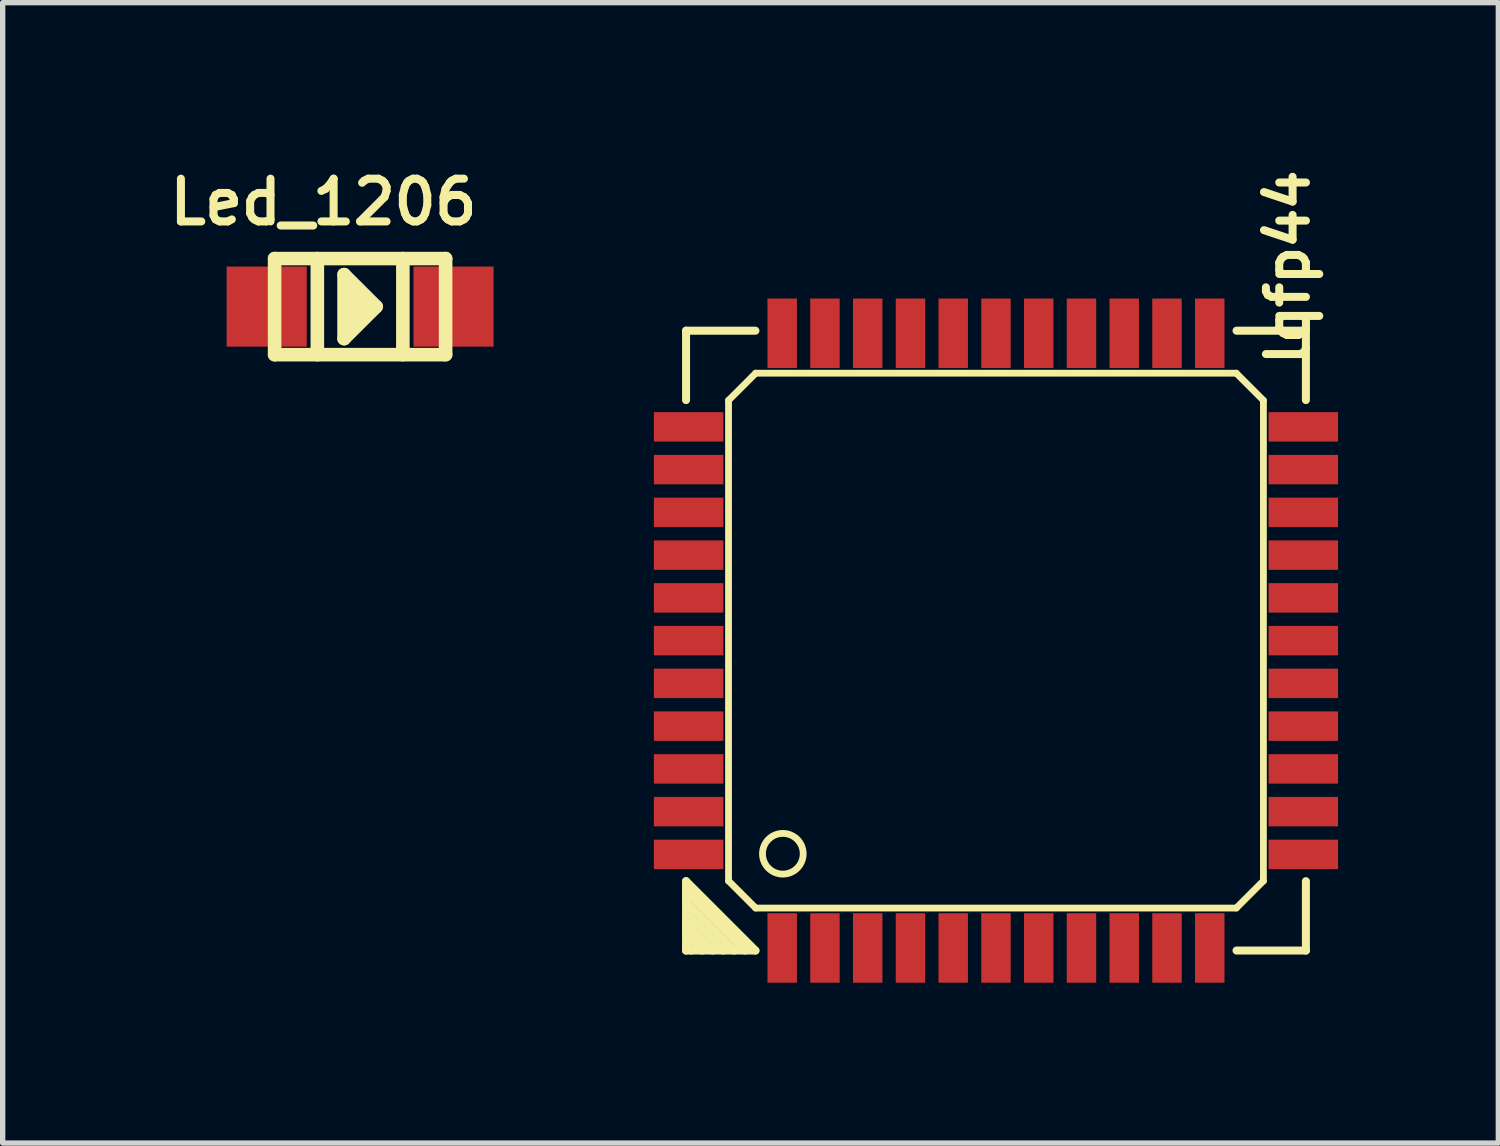
<source format=kicad_pcb>
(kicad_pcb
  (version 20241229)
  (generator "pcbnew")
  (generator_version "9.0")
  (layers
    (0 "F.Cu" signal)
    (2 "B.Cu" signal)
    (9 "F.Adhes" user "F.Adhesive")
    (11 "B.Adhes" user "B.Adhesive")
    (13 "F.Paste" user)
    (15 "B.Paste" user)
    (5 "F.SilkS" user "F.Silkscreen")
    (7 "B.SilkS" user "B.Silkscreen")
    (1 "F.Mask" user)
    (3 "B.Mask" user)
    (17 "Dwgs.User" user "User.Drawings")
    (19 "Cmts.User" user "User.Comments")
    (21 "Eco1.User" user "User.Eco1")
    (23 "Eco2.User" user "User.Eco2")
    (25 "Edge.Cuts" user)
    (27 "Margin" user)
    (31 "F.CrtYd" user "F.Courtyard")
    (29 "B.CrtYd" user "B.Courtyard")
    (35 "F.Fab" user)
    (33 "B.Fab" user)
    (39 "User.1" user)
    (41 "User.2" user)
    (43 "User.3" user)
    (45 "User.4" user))
  (footprint "Led_1206"
    (layer "F.Cu")
    (at 3.688 2.687)
    (property "Reference" "Led_1206" (at -0.686 -1.956 0) (layer "F.SilkS") (effects (font (size 0.8 0.8) (thickness 0.15))))
    (attr smd)
    (fp_line (start -1.6 -0.899) (end 1.6 -0.899) (stroke (width 0.254) (type solid)) (layer "F.SilkS"))
    (fp_line (start -1.6 0.899) (end -1.6 -0.899) (stroke (width 0.254) (type solid)) (layer "F.SilkS"))
    (fp_line (start -0.8 -0.899) (end -0.8 0.899) (stroke (width 0.254) (type solid)) (layer "F.SilkS"))
    (fp_line (start -0.3 -0.599) (end -0.3 0.599) (stroke (width 0.254) (type solid)) (layer "F.SilkS"))
    (fp_line (start -0.3 0.599) (end 0.3 0) (stroke (width 0.254) (type solid)) (layer "F.SilkS"))
    (fp_line (start -0.099 0.3) (end -0.099 -0.3) (stroke (width 0.254) (type solid)) (layer "F.SilkS"))
    (fp_line (start 0 -0.201) (end 0 0.099) (stroke (width 0.254) (type solid)) (layer "F.SilkS"))
    (fp_line (start 0.3 0) (end -0.3 -0.599) (stroke (width 0.254) (type solid)) (layer "F.SilkS"))
    (fp_line (start 0.8 0.899) (end 0.8 -0.899) (stroke (width 0.254) (type solid)) (layer "F.SilkS"))
    (fp_line (start 1.6 -0.899) (end 1.6 0.899) (stroke (width 0.254) (type solid)) (layer "F.SilkS"))
    (fp_line (start 1.6 0.899) (end -1.6 0.899) (stroke (width 0.254) (type solid)) (layer "F.SilkS"))
    (pad "1" smd rect (at -1.748 0) (size 1.499 1.499) (layers "F.Cu" "F.Mask" "F.Paste"))
    (pad "2" smd rect (at 1.748 0) (size 1.499 1.499) (layers "F.Cu" "F.Mask" "F.Paste")))
  (footprint "lqfp44"
    (layer "F.Cu")
    (at 15.586 8.937)
    (property "Reference" "lqfp44" (at 5.461 -6.985 90) (layer "F.SilkS") (effects (font (size 0.749 0.749) (thickness 0.15))))
    (attr smd)
    (fp_line (start -5.799 -5.799) (end -4.501 -5.799) (stroke (width 0.15) (type solid)) (layer "F.SilkS"))
    (fp_line (start -5.799 -4.501) (end -5.799 -5.799) (stroke (width 0.15) (type solid)) (layer "F.SilkS"))
    (fp_line (start -5.799 4.501) (end -4.501 5.799) (stroke (width 0.15) (type solid)) (layer "F.SilkS"))
    (fp_line (start -5.799 4.9) (end -4.9 5.799) (stroke (width 0.15) (type solid)) (layer "F.SilkS"))
    (fp_line (start -5.799 5.301) (end -5.301 5.799) (stroke (width 0.15) (type solid)) (layer "F.SilkS"))
    (fp_line (start -5.799 5.7) (end -5.7 5.799) (stroke (width 0.15) (type solid)) (layer "F.SilkS"))
    (fp_line (start -5.799 5.799) (end -5.799 4.501) (stroke (width 0.15) (type solid)) (layer "F.SilkS"))
    (fp_line (start -5.499 5.799) (end -5.799 5.499) (stroke (width 0.15) (type solid)) (layer "F.SilkS"))
    (fp_line (start -5.1 5.799) (end -5.799 5.1) (stroke (width 0.15) (type solid)) (layer "F.SilkS"))
    (fp_line (start -5.004 -4.496) (end -4.496 -5.004) (stroke (width 0.127) (type solid)) (layer "F.SilkS"))
    (fp_line (start -5.004 4.496) (end -5.004 -4.496) (stroke (width 0.127) (type solid)) (layer "F.SilkS"))
    (fp_line (start -4.699 5.799) (end -5.799 4.699) (stroke (width 0.15) (type solid)) (layer "F.SilkS"))
    (fp_line (start -4.501 5.799) (end -5.799 5.799) (stroke (width 0.15) (type solid)) (layer "F.SilkS"))
    (fp_line (start -4.496 -5.004) (end 4.496 -5.004) (stroke (width 0.127) (type solid)) (layer "F.SilkS"))
    (fp_line (start -4.496 5.004) (end -5.004 4.496) (stroke (width 0.127) (type solid)) (layer "F.SilkS"))
    (fp_line (start 4.496 -5.004) (end 5.004 -4.496) (stroke (width 0.127) (type solid)) (layer "F.SilkS"))
    (fp_line (start 4.496 5.004) (end -4.496 5.004) (stroke (width 0.127) (type solid)) (layer "F.SilkS"))
    (fp_line (start 4.501 -5.799) (end 5.799 -5.799) (stroke (width 0.15) (type solid)) (layer "F.SilkS"))
    (fp_line (start 5.004 4.496) (end 4.496 5.004) (stroke (width 0.127) (type solid)) (layer "F.SilkS"))
    (fp_line (start 5.004 4.496) (end 5.004 -4.496) (stroke (width 0.127) (type solid)) (layer "F.SilkS"))
    (fp_line (start 5.799 -5.799) (end 5.799 -4.501) (stroke (width 0.15) (type solid)) (layer "F.SilkS"))
    (fp_line (start 5.799 4.501) (end 5.799 5.799) (stroke (width 0.15) (type solid)) (layer "F.SilkS"))
    (fp_line (start 5.799 5.799) (end 4.501 5.799) (stroke (width 0.15) (type solid)) (layer "F.SilkS"))
    (fp_circle (center -3.988 3.988) (end -4.216 4.293) (stroke (width 0.127) (type solid)) (fill no) (layer "F.SilkS"))
    (pad "1" smd rect (at -4 5.751) (size 0.551 1.3) (layers "F.Cu" "F.Mask" "F.Paste"))
    (pad "2" smd rect (at -3.2 5.751) (size 0.551 1.3) (layers "F.Cu" "F.Mask" "F.Paste"))
    (pad "3" smd rect (at -2.4 5.751) (size 0.551 1.3) (layers "F.Cu" "F.Mask" "F.Paste"))
    (pad "4" smd rect (at -1.6 5.751) (size 0.551 1.3) (layers "F.Cu" "F.Mask" "F.Paste"))
    (pad "5" smd rect (at -0.8 5.751) (size 0.551 1.3) (layers "F.Cu" "F.Mask" "F.Paste"))
    (pad "6" smd rect (at 0 5.751) (size 0.551 1.3) (layers "F.Cu" "F.Mask" "F.Paste"))
    (pad "7" smd rect (at 0.8 5.751) (size 0.551 1.3) (layers "F.Cu" "F.Mask" "F.Paste"))
    (pad "8" smd rect (at 1.6 5.751) (size 0.551 1.3) (layers "F.Cu" "F.Mask" "F.Paste"))
    (pad "9" smd rect (at 2.4 5.751) (size 0.551 1.3) (layers "F.Cu" "F.Mask" "F.Paste"))
    (pad "10" smd rect (at 3.2 5.751) (size 0.551 1.3) (layers "F.Cu" "F.Mask" "F.Paste"))
    (pad "11" smd rect (at 4 5.751) (size 0.551 1.3) (layers "F.Cu" "F.Mask" "F.Paste"))
    (pad "12" smd rect (at 5.751 4) (size 1.3 0.551) (layers "F.Cu" "F.Mask" "F.Paste"))
    (pad "13" smd rect (at 5.751 3.2) (size 1.3 0.551) (layers "F.Cu" "F.Mask" "F.Paste"))
    (pad "14" smd rect (at 5.751 2.4) (size 1.3 0.551) (layers "F.Cu" "F.Mask" "F.Paste"))
    (pad "15" smd rect (at 5.751 1.6) (size 1.3 0.551) (layers "F.Cu" "F.Mask" "F.Paste"))
    (pad "16" smd rect (at 5.751 0.8) (size 1.3 0.551) (layers "F.Cu" "F.Mask" "F.Paste"))
    (pad "17" smd rect (at 5.751 0) (size 1.3 0.551) (layers "F.Cu" "F.Mask" "F.Paste"))
    (pad "18" smd rect (at 5.751 -0.8) (size 1.3 0.551) (layers "F.Cu" "F.Mask" "F.Paste"))
    (pad "19" smd rect (at 5.751 -1.6) (size 1.3 0.551) (layers "F.Cu" "F.Mask" "F.Paste"))
    (pad "20" smd rect (at 5.751 -2.4) (size 1.3 0.551) (layers "F.Cu" "F.Mask" "F.Paste"))
    (pad "21" smd rect (at 5.751 -3.2) (size 1.3 0.551) (layers "F.Cu" "F.Mask" "F.Paste"))
    (pad "22" smd rect (at 5.751 -4) (size 1.3 0.551) (layers "F.Cu" "F.Mask" "F.Paste"))
    (pad "23" smd rect (at 4 -5.751) (size 0.551 1.3) (layers "F.Cu" "F.Mask" "F.Paste"))
    (pad "24" smd rect (at 3.2 -5.751) (size 0.551 1.3) (layers "F.Cu" "F.Mask" "F.Paste"))
    (pad "25" smd rect (at 2.4 -5.751) (size 0.551 1.3) (layers "F.Cu" "F.Mask" "F.Paste"))
    (pad "26" smd rect (at 1.6 -5.751) (size 0.551 1.3) (layers "F.Cu" "F.Mask" "F.Paste"))
    (pad "27" smd rect (at 0.8 -5.751) (size 0.551 1.3) (layers "F.Cu" "F.Mask" "F.Paste"))
    (pad "28" smd rect (at 0 -5.751) (size 0.551 1.3) (layers "F.Cu" "F.Mask" "F.Paste"))
    (pad "29" smd rect (at -0.8 -5.751) (size 0.551 1.3) (layers "F.Cu" "F.Mask" "F.Paste"))
    (pad "30" smd rect (at -1.6 -5.751) (size 0.551 1.3) (layers "F.Cu" "F.Mask" "F.Paste"))
    (pad "31" smd rect (at -2.4 -5.751) (size 0.551 1.3) (layers "F.Cu" "F.Mask" "F.Paste"))
    (pad "32" smd rect (at -3.2 -5.751) (size 0.551 1.3) (layers "F.Cu" "F.Mask" "F.Paste"))
    (pad "33" smd rect (at -4 -5.751) (size 0.551 1.3) (layers "F.Cu" "F.Mask" "F.Paste"))
    (pad "34" smd rect (at -5.751 -4) (size 1.3 0.551) (layers "F.Cu" "F.Mask" "F.Paste"))
    (pad "35" smd rect (at -5.751 -3.2) (size 1.3 0.551) (layers "F.Cu" "F.Mask" "F.Paste"))
    (pad "36" smd rect (at -5.751 -2.4) (size 1.3 0.551) (layers "F.Cu" "F.Mask" "F.Paste"))
    (pad "37" smd rect (at -5.751 -1.6) (size 1.3 0.551) (layers "F.Cu" "F.Mask" "F.Paste"))
    (pad "38" smd rect (at -5.751 -0.8) (size 1.3 0.551) (layers "F.Cu" "F.Mask" "F.Paste"))
    (pad "39" smd rect (at -5.751 0) (size 1.3 0.551) (layers "F.Cu" "F.Mask" "F.Paste"))
    (pad "40" smd rect (at -5.751 0.8) (size 1.3 0.551) (layers "F.Cu" "F.Mask" "F.Paste"))
    (pad "41" smd rect (at -5.751 1.6) (size 1.3 0.551) (layers "F.Cu" "F.Mask" "F.Paste"))
    (pad "42" smd rect (at -5.751 2.4) (size 1.3 0.551) (layers "F.Cu" "F.Mask" "F.Paste"))
    (pad "43" smd rect (at -5.751 3.2) (size 1.3 0.551) (layers "F.Cu" "F.Mask" "F.Paste"))
    (pad "44" smd rect (at -5.751 4) (size 1.3 0.551) (layers "F.Cu" "F.Mask" "F.Paste")))
  (gr_rect
    (start -3 -3)
    (end 24.986 18.338)
    (stroke (width 0.1) (type default))
    (fill no)
    (layer "Edge.Cuts")))
</source>
